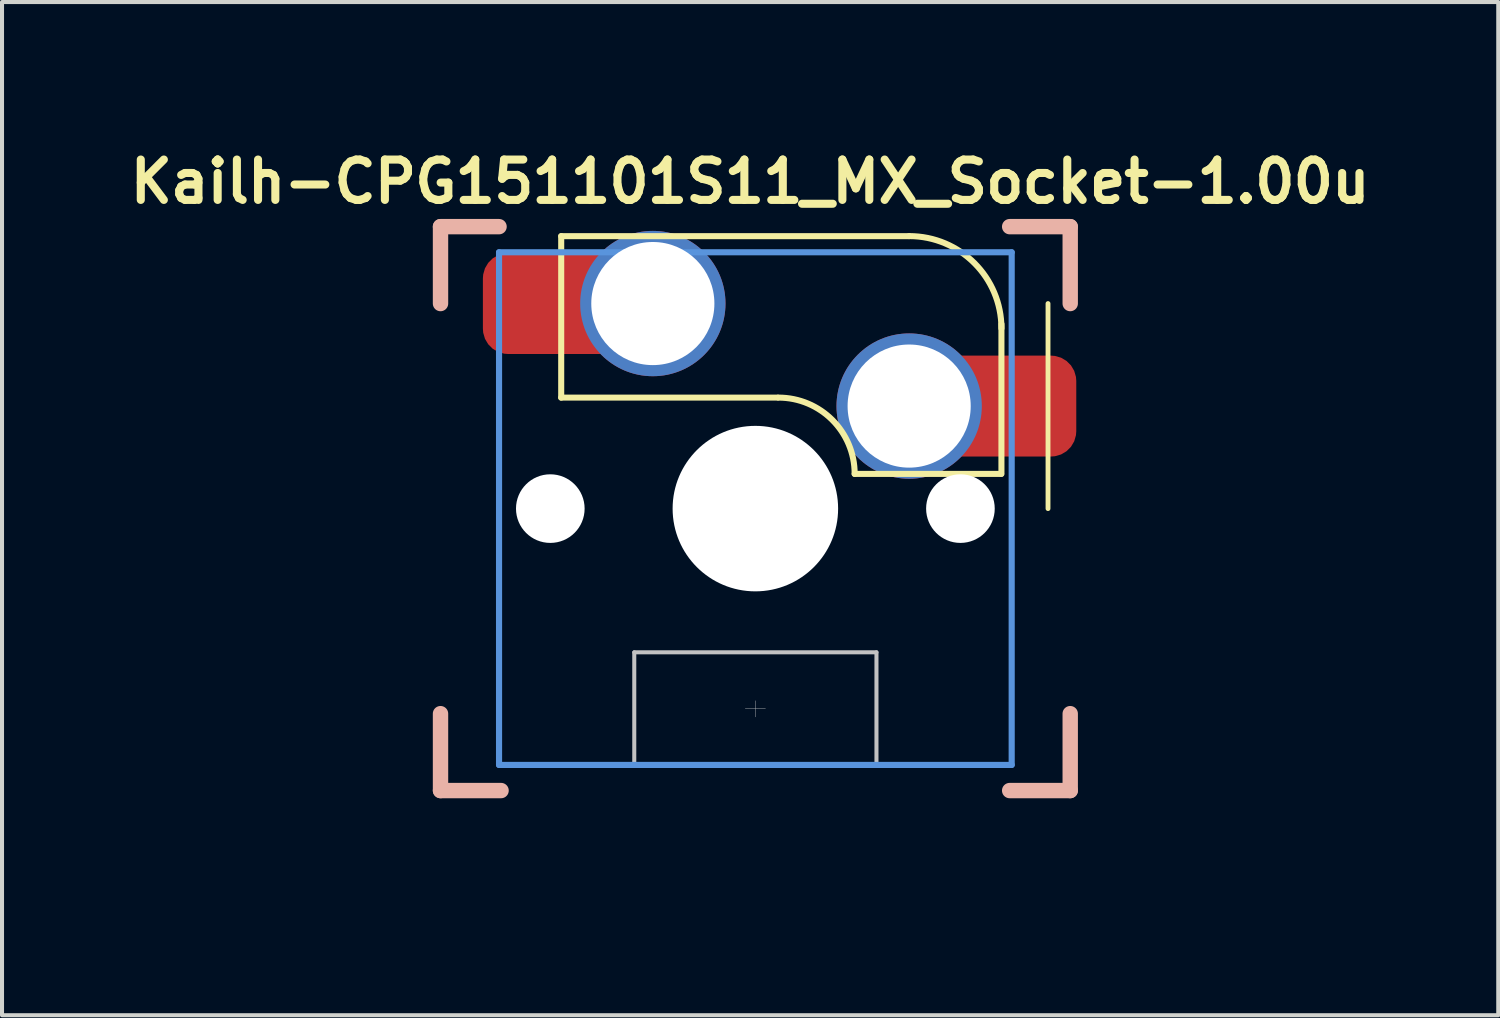
<source format=kicad_pcb>
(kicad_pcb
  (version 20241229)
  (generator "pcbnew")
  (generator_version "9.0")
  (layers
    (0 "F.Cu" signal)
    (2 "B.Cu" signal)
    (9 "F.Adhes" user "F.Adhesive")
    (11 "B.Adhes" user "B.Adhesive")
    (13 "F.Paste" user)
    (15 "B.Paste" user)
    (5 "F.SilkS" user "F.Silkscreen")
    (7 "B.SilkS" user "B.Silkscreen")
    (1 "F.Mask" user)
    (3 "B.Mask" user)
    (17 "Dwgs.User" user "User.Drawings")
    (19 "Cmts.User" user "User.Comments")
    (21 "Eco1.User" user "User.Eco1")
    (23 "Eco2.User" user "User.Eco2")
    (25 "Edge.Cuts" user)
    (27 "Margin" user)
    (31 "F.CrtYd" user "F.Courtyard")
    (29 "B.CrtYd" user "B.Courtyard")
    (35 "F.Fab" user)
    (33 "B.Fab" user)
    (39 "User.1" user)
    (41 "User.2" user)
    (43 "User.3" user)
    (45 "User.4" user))
  (footprint "Kailh-CPG151101S11_MX_Socket-1.00u"
    (layer "F.Cu")
    (at 15.663 9.55)
    (property "Reference" "Kailh-CPG151101S11_MX_Socket-1.00u" (at -0.13 -8.1 0) (layer "F.SilkS") (effects (font (size 1 1) (thickness 0.2))))
    (attr smd)
    (fp_line (start -4.81 -6.75) (end -4.81 -2.75) (stroke (width 0.15) (type solid)) (layer "F.SilkS"))
    (fp_line (start -4.81 -6.75) (end 3.81 -6.75) (stroke (width 0.15) (type solid)) (layer "F.SilkS"))
    (fp_line (start -4.81 -2.75) (end 0.55 -2.75) (stroke (width 0.15) (type solid)) (layer "F.SilkS"))
    (fp_line (start 6.088 -0.86) (end 2.46 -0.86) (stroke (width 0.15) (type solid)) (layer "F.SilkS"))
    (fp_line (start 6.096 -4.572) (end 6.096 -0.86) (stroke (width 0.15) (type solid)) (layer "F.SilkS"))
    (fp_line (start 7.25 -5.08) (end 7.25 0) (stroke (width 0.12) (type solid)) (layer "F.SilkS"))
    (fp_arc (start 0.57 -2.75) (mid 1.906432 -2.196432) (end 2.46 -0.86) (stroke (width 0.15) (type solid)) (layer "F.SilkS"))
    (fp_arc (start 3.81 -6.751) (mid 5.426446 -6.081446) (end 6.096 -4.465) (stroke (width 0.15) (type solid)) (layer "F.SilkS"))
    (fp_line (start -7.8 -6.985) (end -6.35 -6.985) (stroke (width 0.381) (type solid)) (layer "B.SilkS"))
    (fp_line (start -7.8 -5.08) (end -7.8 -6.985) (stroke (width 0.381) (type solid)) (layer "B.SilkS"))
    (fp_line (start -7.8 6.985) (end -7.8 5.08) (stroke (width 0.381) (type solid)) (layer "B.SilkS"))
    (fp_line (start -6.3 6.985) (end -7.8 6.985) (stroke (width 0.381) (type solid)) (layer "B.SilkS"))
    (fp_line (start 6.3 -6.985) (end 7.8 -6.985) (stroke (width 0.381) (type solid)) (layer "B.SilkS"))
    (fp_line (start 7.8 -6.985) (end 7.8 -5.08) (stroke (width 0.381) (type solid)) (layer "B.SilkS"))
    (fp_line (start 7.8 5.08) (end 7.8 6.985) (stroke (width 0.381) (type solid)) (layer "B.SilkS"))
    (fp_line (start 7.8 6.985) (end 6.3 6.985) (stroke (width 0.381) (type solid)) (layer "B.SilkS"))
    (fp_line (start -9.55 0) (end -9.5 -0.1) (stroke (width 0.001) (type solid)) (layer "Dwgs.User"))
    (fp_line (start -9.55 0) (end -9.5 0.1) (stroke (width 0.001) (type solid)) (layer "Dwgs.User"))
    (fp_line (start -9.5 -9.5) (end 9.5 -9.5) (stroke (width 0.001) (type solid)) (layer "Dwgs.User"))
    (fp_line (start -9.5 0) (end -9.55 0) (stroke (width 0.001) (type solid)) (layer "Dwgs.User"))
    (fp_line (start -9.5 9.5) (end -9.5 -9.5) (stroke (width 0.001) (type solid)) (layer "Dwgs.User"))
    (fp_line (start -3 3.56) (end -3 6.36) (stroke (width 0.1) (type solid)) (layer "Dwgs.User"))
    (fp_line (start -3 3.56) (end 3 3.56) (stroke (width 0.1) (type solid)) (layer "Dwgs.User"))
    (fp_line (start -0.25 4.96) (end 0.25 4.96) (stroke (width 0.01) (type solid)) (layer "Dwgs.User"))
    (fp_line (start 0 -9.55) (end -0.1 -9.5) (stroke (width 0.001) (type solid)) (layer "Dwgs.User"))
    (fp_line (start 0 -9.55) (end 0.1 -9.5) (stroke (width 0.001) (type solid)) (layer "Dwgs.User"))
    (fp_line (start 0 -9.5) (end 0 -9.55) (stroke (width 0.001) (type solid)) (layer "Dwgs.User"))
    (fp_line (start 0 5.16) (end 0 4.76) (stroke (width 0.01) (type solid)) (layer "Dwgs.User"))
    (fp_line (start 0 9.5) (end 0 9.55) (stroke (width 0.001) (type solid)) (layer "Dwgs.User"))
    (fp_line (start 0 9.55) (end -0.1 9.5) (stroke (width 0.001) (type solid)) (layer "Dwgs.User"))
    (fp_line (start 0 9.55) (end 0.1 9.5) (stroke (width 0.001) (type solid)) (layer "Dwgs.User"))
    (fp_line (start 3 3.56) (end 3 6.36) (stroke (width 0.1) (type solid)) (layer "Dwgs.User"))
    (fp_line (start 3 6.36) (end -3 6.36) (stroke (width 0.1) (type solid)) (layer "Dwgs.User"))
    (fp_line (start 9.5 -9.5) (end 9.5 9.5) (stroke (width 0.001) (type solid)) (layer "Dwgs.User"))
    (fp_line (start 9.5 0) (end 9.55 0) (stroke (width 0.001) (type solid)) (layer "Dwgs.User"))
    (fp_line (start 9.5 9.5) (end -9.5 9.5) (stroke (width 0.001) (type solid)) (layer "Dwgs.User"))
    (fp_line (start 9.55 0) (end 9.5 -0.1) (stroke (width 0.001) (type solid)) (layer "Dwgs.User"))
    (fp_line (start 9.55 0) (end 9.5 0.1) (stroke (width 0.001) (type solid)) (layer "Dwgs.User"))
    (fp_line (start -6.35 -6.35) (end 6.35 -6.35) (stroke (width 0.152) (type solid)) (layer "Cmts.User"))
    (fp_line (start -6.35 6.35) (end -6.35 -6.35) (stroke (width 0.152) (type solid)) (layer "Cmts.User"))
    (fp_line (start 0 1) (end 0 -1) (stroke (width 0.001) (type solid)) (layer "Cmts.User"))
    (fp_line (start 1 0) (end -1 0) (stroke (width 0.001) (type solid)) (layer "Cmts.User"))
    (fp_line (start 6.35 -6.35) (end 6.35 6.35) (stroke (width 0.152) (type solid)) (layer "Cmts.User"))
    (fp_line (start 6.35 6.35) (end -6.35 6.35) (stroke (width 0.152) (type solid)) (layer "Cmts.User"))
    (fp_line (start -7.8 -6.985) (end 7.8 -6.985) (stroke (width 0.152) (type solid)) (layer "Eco1.User"))
    (fp_line (start -7.8 6.985) (end -7.8 -6.985) (stroke (width 0.152) (type solid)) (layer "Eco1.User"))
    (fp_line (start 7.8 -6.985) (end 7.8 6.985) (stroke (width 0.152) (type solid)) (layer "Eco1.User"))
    (fp_line (start 7.8 6.985) (end -7.8 6.985) (stroke (width 0.152) (type solid)) (layer "Eco1.User"))
    (fp_line (start -7 -7) (end 7 -7) (stroke (width 0.01) (type solid)) (layer "Eco2.User"))
    (fp_line (start -7 7) (end -7 -7) (stroke (width 0.01) (type solid)) (layer "Eco2.User"))
    (fp_line (start 7 -7) (end 7 7) (stroke (width 0.01) (type solid)) (layer "Eco2.User"))
    (fp_line (start 7 7) (end -7 7) (stroke (width 0.01) (type solid)) (layer "Eco2.User"))
    (pad "" np_thru_hole circle (at -5.08 0) (size 1.7 1.7) (drill 1.7) (layers "*.Cu" "*.Mask"))
    (pad "" np_thru_hole circle (at 0 0) (size 4.1 4.1) (drill 4.1) (layers "*.Cu" "*.Mask"))
    (pad "" np_thru_hole circle (at 5.08 0) (size 1.7 1.7) (drill 1.7) (layers "*.Cu" "*.Mask"))
    (pad "1" smd roundrect (at -5 -5.08) (size 3.5 2.5) (layers "F.Cu" "F.Mask" "F.Paste") (roundrect_rratio 0.25))
    (pad "1" thru_hole circle (at -2.54 -5.08) (size 3.6 3.6) (drill 3.05) (layers "*.Cu" "*.Mask"))
    (pad "2" thru_hole circle (at 3.81 -2.54) (size 3.6 3.6) (drill 3.05) (layers "*.Cu" "*.Mask"))
    (pad "2" smd roundrect (at 6.2 -2.54) (size 3.5 2.5) (layers "F.Cu" "F.Mask" "F.Paste") (roundrect_rratio 0.25)))
  (gr_rect
    (start -3 -3)
    (end 34.067 22.101)
    (stroke (width 0.1) (type default))
    (fill no)
    (layer "Edge.Cuts")))
</source>
